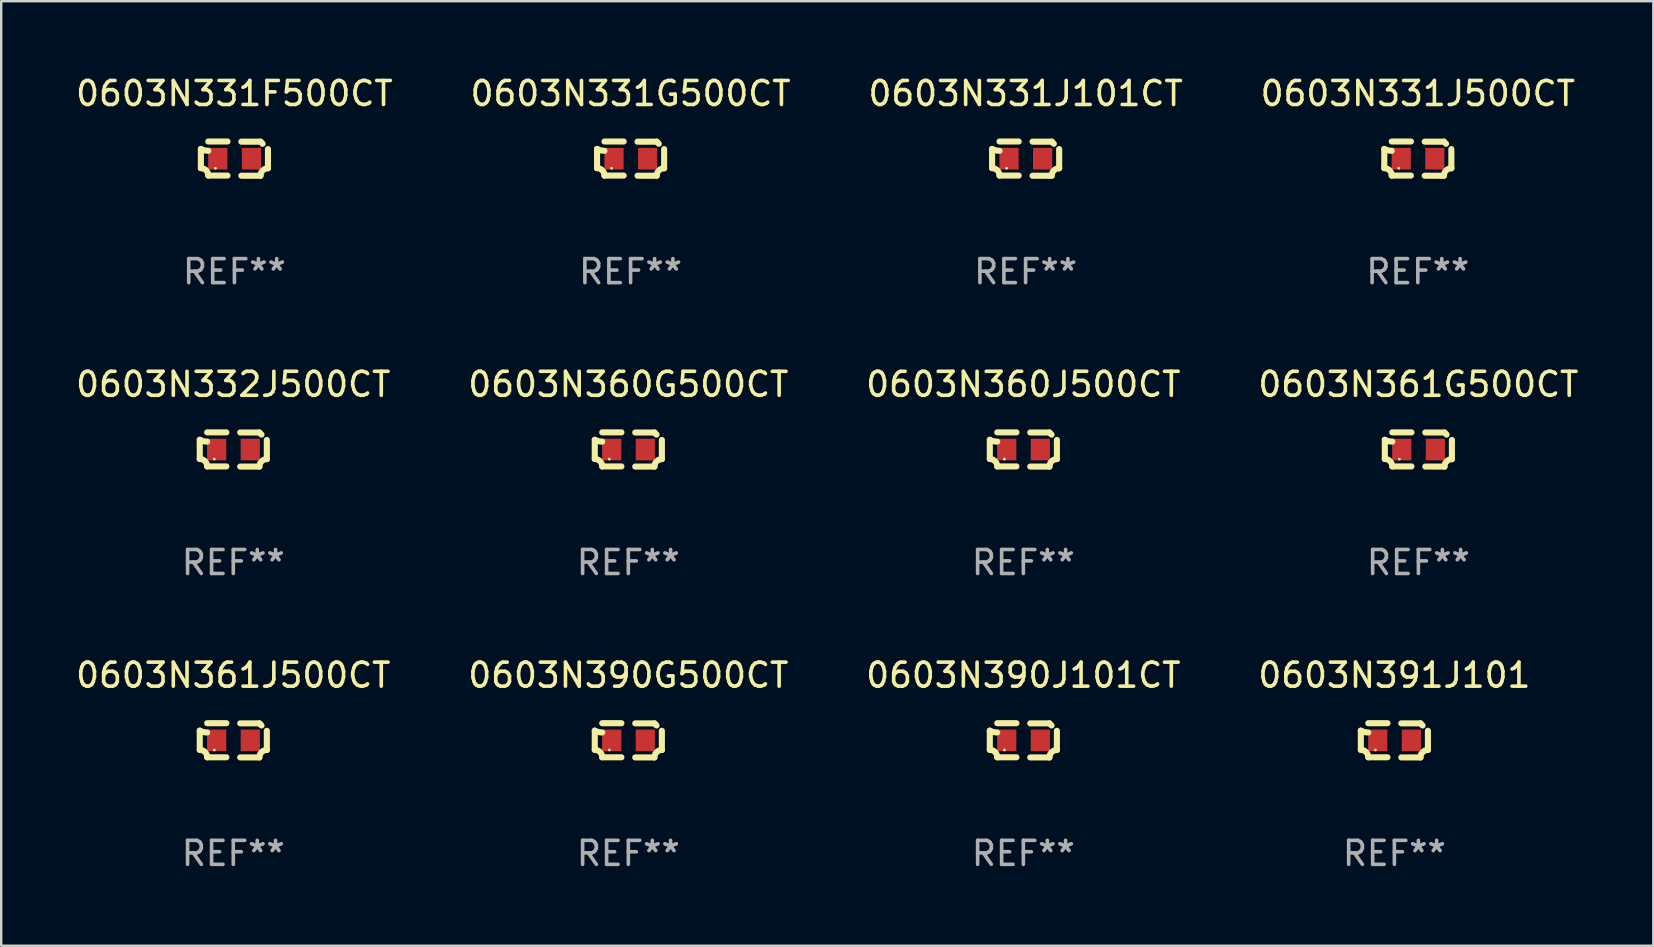
<source format=kicad_pcb>
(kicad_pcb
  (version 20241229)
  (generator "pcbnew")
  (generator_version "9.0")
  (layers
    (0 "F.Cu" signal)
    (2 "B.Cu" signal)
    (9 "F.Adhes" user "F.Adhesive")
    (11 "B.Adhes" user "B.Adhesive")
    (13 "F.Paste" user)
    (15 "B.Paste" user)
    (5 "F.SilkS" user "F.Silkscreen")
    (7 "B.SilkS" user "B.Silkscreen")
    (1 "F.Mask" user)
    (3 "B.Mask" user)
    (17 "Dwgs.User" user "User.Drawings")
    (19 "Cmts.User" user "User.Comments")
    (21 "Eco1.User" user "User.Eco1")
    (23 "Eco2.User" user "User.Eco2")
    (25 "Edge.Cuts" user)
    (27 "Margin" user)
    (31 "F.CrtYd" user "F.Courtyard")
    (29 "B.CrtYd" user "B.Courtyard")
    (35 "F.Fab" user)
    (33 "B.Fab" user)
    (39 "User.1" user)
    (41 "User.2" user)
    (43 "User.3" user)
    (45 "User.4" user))
  (footprint "0603N360G500CT"
    (layer "F.Cu")
    (at 23.137 15.683)
    (property "Reference" "0603N360G500CT" (at 0 -2.713 0) (layer "F.SilkS") (effects (font (size 1 1) (thickness 0.15))))
    (attr through_hole)
    (fp_line (start -1.398 -0.403) (end -1.398 0.397) (stroke (width 0.254) (type solid)) (layer "F.SilkS"))
    (fp_line (start -0.288 -0.713) (end -1.088 -0.713) (stroke (width 0.254) (type solid)) (layer "F.SilkS"))
    (fp_line (start -0.288 0.707) (end -1.088 0.707) (stroke (width 0.254) (type solid)) (layer "F.SilkS"))
    (fp_line (start 0.288 -0.707) (end 1.088 -0.707) (stroke (width 0.254) (type solid)) (layer "F.SilkS"))
    (fp_line (start 0.288 0.713) (end 1.088 0.713) (stroke (width 0.254) (type solid)) (layer "F.SilkS"))
    (fp_line (start 1.398 -0.397) (end 1.398 0.403) (stroke (width 0.254) (type solid)) (layer "F.SilkS"))
    (fp_arc (start -1.397789 0.397066) (mid -1.178701 0.487826) (end -1.08796 0.706922) (stroke (width 0.254001) (type solid)) (layer "F.SilkS"))
    (fp_arc (start -1.08796 -0.327176) (mid -1.247436 -0.346384) (end -1.39779 -0.402908) (stroke (width 0.254001) (type solid)) (layer "F.SilkS"))
    (fp_arc (start 1.087909 0.712738) (mid 1.178656 0.493655) (end 1.397739 0.402908) (stroke (width 0.254001) (type solid)) (layer "F.SilkS"))
    (fp_arc (start 1.175925 -0.618926) (mid 1.131917 -0.662923) (end 1.08791 -0.706922) (stroke (width 0.254001) (type solid)) (layer "F.SilkS"))
    (fp_circle (center -0.792 0.403) (end -0.762 0.403) (stroke (width 0.06) (type solid)) (fill no) (layer "F.SilkS"))
    (fp_text user "REF**" (at 0 4.713 0) (layer "F.Fab") (effects (font (size 1 1) (thickness 0.15))))
    (pad "1" smd rect (at -0.692 0.003) (size 0.8 0.9) (layers "F.Cu" "F.Mask" "F.Paste"))
    (pad "2" smd rect (at 0.708 0.003) (size 0.8 0.9) (layers "F.Cu" "F.Mask" "F.Paste")))
  (footprint "0603N391J101"
    (layer "F.Cu")
    (at 55.065 27.805)
    (property "Reference" "0603N391J101" (at 0 -2.713 0) (layer "F.SilkS") (effects (font (size 1 1) (thickness 0.15))))
    (attr through_hole)
    (fp_line (start -1.398 -0.403) (end -1.398 0.397) (stroke (width 0.254) (type solid)) (layer "F.SilkS"))
    (fp_line (start -0.288 -0.713) (end -1.088 -0.713) (stroke (width 0.254) (type solid)) (layer "F.SilkS"))
    (fp_line (start -0.288 0.707) (end -1.088 0.707) (stroke (width 0.254) (type solid)) (layer "F.SilkS"))
    (fp_line (start 0.288 -0.707) (end 1.088 -0.707) (stroke (width 0.254) (type solid)) (layer "F.SilkS"))
    (fp_line (start 0.288 0.713) (end 1.088 0.713) (stroke (width 0.254) (type solid)) (layer "F.SilkS"))
    (fp_line (start 1.398 -0.397) (end 1.398 0.403) (stroke (width 0.254) (type solid)) (layer "F.SilkS"))
    (fp_arc (start -1.397789 0.397066) (mid -1.178701 0.487826) (end -1.08796 0.706922) (stroke (width 0.254001) (type solid)) (layer "F.SilkS"))
    (fp_arc (start -1.08796 -0.327176) (mid -1.247436 -0.346384) (end -1.39779 -0.402908) (stroke (width 0.254001) (type solid)) (layer "F.SilkS"))
    (fp_arc (start 1.087909 0.712738) (mid 1.178656 0.493655) (end 1.397739 0.402908) (stroke (width 0.254001) (type solid)) (layer "F.SilkS"))
    (fp_arc (start 1.175925 -0.618926) (mid 1.131917 -0.662923) (end 1.08791 -0.706922) (stroke (width 0.254001) (type solid)) (layer "F.SilkS"))
    (fp_circle (center -0.792 0.403) (end -0.762 0.403) (stroke (width 0.06) (type solid)) (fill no) (layer "F.SilkS"))
    (fp_text user "REF**" (at 0 4.713 0) (layer "F.Fab") (effects (font (size 1 1) (thickness 0.15))))
    (pad "1" smd rect (at -0.692 0.003) (size 0.8 0.9) (layers "F.Cu" "F.Mask" "F.Paste"))
    (pad "2" smd rect (at 0.708 0.003) (size 0.8 0.9) (layers "F.Cu" "F.Mask" "F.Paste")))
  (footprint "0603N361J500CT"
    (layer "F.Cu")
    (at 6.673 27.805)
    (property "Reference" "0603N361J500CT" (at 0 -2.713 0) (layer "F.SilkS") (effects (font (size 1 1) (thickness 0.15))))
    (attr through_hole)
    (fp_line (start -1.398 -0.403) (end -1.398 0.397) (stroke (width 0.254) (type solid)) (layer "F.SilkS"))
    (fp_line (start -0.288 -0.713) (end -1.088 -0.713) (stroke (width 0.254) (type solid)) (layer "F.SilkS"))
    (fp_line (start -0.288 0.707) (end -1.088 0.707) (stroke (width 0.254) (type solid)) (layer "F.SilkS"))
    (fp_line (start 0.288 -0.707) (end 1.088 -0.707) (stroke (width 0.254) (type solid)) (layer "F.SilkS"))
    (fp_line (start 0.288 0.713) (end 1.088 0.713) (stroke (width 0.254) (type solid)) (layer "F.SilkS"))
    (fp_line (start 1.398 -0.397) (end 1.398 0.403) (stroke (width 0.254) (type solid)) (layer "F.SilkS"))
    (fp_arc (start -1.397789 0.397066) (mid -1.178701 0.487826) (end -1.08796 0.706922) (stroke (width 0.254001) (type solid)) (layer "F.SilkS"))
    (fp_arc (start -1.08796 -0.327176) (mid -1.247436 -0.346384) (end -1.39779 -0.402908) (stroke (width 0.254001) (type solid)) (layer "F.SilkS"))
    (fp_arc (start 1.087909 0.712738) (mid 1.178656 0.493655) (end 1.397739 0.402908) (stroke (width 0.254001) (type solid)) (layer "F.SilkS"))
    (fp_arc (start 1.175925 -0.618926) (mid 1.131917 -0.662923) (end 1.08791 -0.706922) (stroke (width 0.254001) (type solid)) (layer "F.SilkS"))
    (fp_circle (center -0.792 0.403) (end -0.762 0.403) (stroke (width 0.06) (type solid)) (fill no) (layer "F.SilkS"))
    (fp_text user "REF**" (at 0 4.713 0) (layer "F.Fab") (effects (font (size 1 1) (thickness 0.15))))
    (pad "1" smd rect (at -0.692 0.003) (size 0.8 0.9) (layers "F.Cu" "F.Mask" "F.Paste"))
    (pad "2" smd rect (at 0.708 0.003) (size 0.8 0.9) (layers "F.Cu" "F.Mask" "F.Paste")))
  (footprint "0603N360J500CT"
    (layer "F.Cu")
    (at 39.601 15.683)
    (property "Reference" "0603N360J500CT" (at 0 -2.713 0) (layer "F.SilkS") (effects (font (size 1 1) (thickness 0.15))))
    (attr through_hole)
    (fp_line (start -1.398 -0.403) (end -1.398 0.397) (stroke (width 0.254) (type solid)) (layer "F.SilkS"))
    (fp_line (start -0.288 -0.713) (end -1.088 -0.713) (stroke (width 0.254) (type solid)) (layer "F.SilkS"))
    (fp_line (start -0.288 0.707) (end -1.088 0.707) (stroke (width 0.254) (type solid)) (layer "F.SilkS"))
    (fp_line (start 0.288 -0.707) (end 1.088 -0.707) (stroke (width 0.254) (type solid)) (layer "F.SilkS"))
    (fp_line (start 0.288 0.713) (end 1.088 0.713) (stroke (width 0.254) (type solid)) (layer "F.SilkS"))
    (fp_line (start 1.398 -0.397) (end 1.398 0.403) (stroke (width 0.254) (type solid)) (layer "F.SilkS"))
    (fp_arc (start -1.397789 0.397066) (mid -1.178701 0.487826) (end -1.08796 0.706922) (stroke (width 0.254001) (type solid)) (layer "F.SilkS"))
    (fp_arc (start -1.08796 -0.327176) (mid -1.247436 -0.346384) (end -1.39779 -0.402908) (stroke (width 0.254001) (type solid)) (layer "F.SilkS"))
    (fp_arc (start 1.087909 0.712738) (mid 1.178656 0.493655) (end 1.397739 0.402908) (stroke (width 0.254001) (type solid)) (layer "F.SilkS"))
    (fp_arc (start 1.175925 -0.618926) (mid 1.131917 -0.662923) (end 1.08791 -0.706922) (stroke (width 0.254001) (type solid)) (layer "F.SilkS"))
    (fp_circle (center -0.792 0.403) (end -0.762 0.403) (stroke (width 0.06) (type solid)) (fill no) (layer "F.SilkS"))
    (fp_text user "REF**" (at 0 4.713 0) (layer "F.Fab") (effects (font (size 1 1) (thickness 0.15))))
    (pad "1" smd rect (at -0.692 0.003) (size 0.8 0.9) (layers "F.Cu" "F.Mask" "F.Paste"))
    (pad "2" smd rect (at 0.708 0.003) (size 0.8 0.9) (layers "F.Cu" "F.Mask" "F.Paste")))
  (footprint "0603N331J500CT"
    (layer "F.Cu")
    (at 56.042 3.561)
    (property "Reference" "0603N331J500CT" (at 0 -2.713 0) (layer "F.SilkS") (effects (font (size 1 1) (thickness 0.15))))
    (attr through_hole)
    (fp_line (start -1.398 -0.403) (end -1.398 0.397) (stroke (width 0.254) (type solid)) (layer "F.SilkS"))
    (fp_line (start -0.288 -0.713) (end -1.088 -0.713) (stroke (width 0.254) (type solid)) (layer "F.SilkS"))
    (fp_line (start -0.288 0.707) (end -1.088 0.707) (stroke (width 0.254) (type solid)) (layer "F.SilkS"))
    (fp_line (start 0.288 -0.707) (end 1.088 -0.707) (stroke (width 0.254) (type solid)) (layer "F.SilkS"))
    (fp_line (start 0.288 0.713) (end 1.088 0.713) (stroke (width 0.254) (type solid)) (layer "F.SilkS"))
    (fp_line (start 1.398 -0.397) (end 1.398 0.403) (stroke (width 0.254) (type solid)) (layer "F.SilkS"))
    (fp_arc (start -1.397789 0.397066) (mid -1.178701 0.487826) (end -1.08796 0.706922) (stroke (width 0.254001) (type solid)) (layer "F.SilkS"))
    (fp_arc (start -1.08796 -0.327176) (mid -1.247436 -0.346384) (end -1.39779 -0.402908) (stroke (width 0.254001) (type solid)) (layer "F.SilkS"))
    (fp_arc (start 1.087909 0.712738) (mid 1.178656 0.493655) (end 1.397739 0.402908) (stroke (width 0.254001) (type solid)) (layer "F.SilkS"))
    (fp_arc (start 1.175925 -0.618926) (mid 1.131917 -0.662923) (end 1.08791 -0.706922) (stroke (width 0.254001) (type solid)) (layer "F.SilkS"))
    (fp_circle (center -0.792 0.403) (end -0.762 0.403) (stroke (width 0.06) (type solid)) (fill no) (layer "F.SilkS"))
    (fp_text user "REF**" (at 0 4.713 0) (layer "F.Fab") (effects (font (size 1 1) (thickness 0.15))))
    (pad "1" smd rect (at -0.692 0.003) (size 0.8 0.9) (layers "F.Cu" "F.Mask" "F.Paste"))
    (pad "2" smd rect (at 0.708 0.003) (size 0.8 0.9) (layers "F.Cu" "F.Mask" "F.Paste")))
  (footprint "0603N331F500CT"
    (layer "F.Cu")
    (at 6.72 3.561)
    (property "Reference" "0603N331F500CT" (at 0 -2.713 0) (layer "F.SilkS") (effects (font (size 1 1) (thickness 0.15))))
    (attr through_hole)
    (fp_line (start -1.398 -0.403) (end -1.398 0.397) (stroke (width 0.254) (type solid)) (layer "F.SilkS"))
    (fp_line (start -0.288 -0.713) (end -1.088 -0.713) (stroke (width 0.254) (type solid)) (layer "F.SilkS"))
    (fp_line (start -0.288 0.707) (end -1.088 0.707) (stroke (width 0.254) (type solid)) (layer "F.SilkS"))
    (fp_line (start 0.288 -0.707) (end 1.088 -0.707) (stroke (width 0.254) (type solid)) (layer "F.SilkS"))
    (fp_line (start 0.288 0.713) (end 1.088 0.713) (stroke (width 0.254) (type solid)) (layer "F.SilkS"))
    (fp_line (start 1.398 -0.397) (end 1.398 0.403) (stroke (width 0.254) (type solid)) (layer "F.SilkS"))
    (fp_arc (start -1.397789 0.397066) (mid -1.178701 0.487826) (end -1.08796 0.706922) (stroke (width 0.254001) (type solid)) (layer "F.SilkS"))
    (fp_arc (start -1.08796 -0.327176) (mid -1.247436 -0.346384) (end -1.39779 -0.402908) (stroke (width 0.254001) (type solid)) (layer "F.SilkS"))
    (fp_arc (start 1.087909 0.712738) (mid 1.178656 0.493655) (end 1.397739 0.402908) (stroke (width 0.254001) (type solid)) (layer "F.SilkS"))
    (fp_arc (start 1.175925 -0.618926) (mid 1.131917 -0.662923) (end 1.08791 -0.706922) (stroke (width 0.254001) (type solid)) (layer "F.SilkS"))
    (fp_circle (center -0.792 0.403) (end -0.762 0.403) (stroke (width 0.06) (type solid)) (fill no) (layer "F.SilkS"))
    (fp_text user "REF**" (at 0 4.713 0) (layer "F.Fab") (effects (font (size 1 1) (thickness 0.15))))
    (pad "1" smd rect (at -0.692 0.003) (size 0.8 0.9) (layers "F.Cu" "F.Mask" "F.Paste"))
    (pad "2" smd rect (at 0.708 0.003) (size 0.8 0.9) (layers "F.Cu" "F.Mask" "F.Paste")))
  (footprint "0603N390J101CT"
    (layer "F.Cu")
    (at 39.601 27.805)
    (property "Reference" "0603N390J101CT" (at 0 -2.713 0) (layer "F.SilkS") (effects (font (size 1 1) (thickness 0.15))))
    (attr through_hole)
    (fp_line (start -1.398 -0.403) (end -1.398 0.397) (stroke (width 0.254) (type solid)) (layer "F.SilkS"))
    (fp_line (start -0.288 -0.713) (end -1.088 -0.713) (stroke (width 0.254) (type solid)) (layer "F.SilkS"))
    (fp_line (start -0.288 0.707) (end -1.088 0.707) (stroke (width 0.254) (type solid)) (layer "F.SilkS"))
    (fp_line (start 0.288 -0.707) (end 1.088 -0.707) (stroke (width 0.254) (type solid)) (layer "F.SilkS"))
    (fp_line (start 0.288 0.713) (end 1.088 0.713) (stroke (width 0.254) (type solid)) (layer "F.SilkS"))
    (fp_line (start 1.398 -0.397) (end 1.398 0.403) (stroke (width 0.254) (type solid)) (layer "F.SilkS"))
    (fp_arc (start -1.397789 0.397066) (mid -1.178701 0.487826) (end -1.08796 0.706922) (stroke (width 0.254001) (type solid)) (layer "F.SilkS"))
    (fp_arc (start -1.08796 -0.327176) (mid -1.247436 -0.346384) (end -1.39779 -0.402908) (stroke (width 0.254001) (type solid)) (layer "F.SilkS"))
    (fp_arc (start 1.087909 0.712738) (mid 1.178656 0.493655) (end 1.397739 0.402908) (stroke (width 0.254001) (type solid)) (layer "F.SilkS"))
    (fp_arc (start 1.175925 -0.618926) (mid 1.131917 -0.662923) (end 1.08791 -0.706922) (stroke (width 0.254001) (type solid)) (layer "F.SilkS"))
    (fp_circle (center -0.792 0.403) (end -0.762 0.403) (stroke (width 0.06) (type solid)) (fill no) (layer "F.SilkS"))
    (fp_text user "REF**" (at 0 4.713 0) (layer "F.Fab") (effects (font (size 1 1) (thickness 0.15))))
    (pad "1" smd rect (at -0.692 0.003) (size 0.8 0.9) (layers "F.Cu" "F.Mask" "F.Paste"))
    (pad "2" smd rect (at 0.708 0.003) (size 0.8 0.9) (layers "F.Cu" "F.Mask" "F.Paste")))
  (footprint "0603N361G500CT"
    (layer "F.Cu")
    (at 56.065 15.683)
    (property "Reference" "0603N361G500CT" (at 0 -2.713 0) (layer "F.SilkS") (effects (font (size 1 1) (thickness 0.15))))
    (attr through_hole)
    (fp_line (start -1.398 -0.403) (end -1.398 0.397) (stroke (width 0.254) (type solid)) (layer "F.SilkS"))
    (fp_line (start -0.288 -0.713) (end -1.088 -0.713) (stroke (width 0.254) (type solid)) (layer "F.SilkS"))
    (fp_line (start -0.288 0.707) (end -1.088 0.707) (stroke (width 0.254) (type solid)) (layer "F.SilkS"))
    (fp_line (start 0.288 -0.707) (end 1.088 -0.707) (stroke (width 0.254) (type solid)) (layer "F.SilkS"))
    (fp_line (start 0.288 0.713) (end 1.088 0.713) (stroke (width 0.254) (type solid)) (layer "F.SilkS"))
    (fp_line (start 1.398 -0.397) (end 1.398 0.403) (stroke (width 0.254) (type solid)) (layer "F.SilkS"))
    (fp_arc (start -1.397789 0.397066) (mid -1.178701 0.487826) (end -1.08796 0.706922) (stroke (width 0.254001) (type solid)) (layer "F.SilkS"))
    (fp_arc (start -1.08796 -0.327176) (mid -1.247436 -0.346384) (end -1.39779 -0.402908) (stroke (width 0.254001) (type solid)) (layer "F.SilkS"))
    (fp_arc (start 1.087909 0.712738) (mid 1.178656 0.493655) (end 1.397739 0.402908) (stroke (width 0.254001) (type solid)) (layer "F.SilkS"))
    (fp_arc (start 1.175925 -0.618926) (mid 1.131917 -0.662923) (end 1.08791 -0.706922) (stroke (width 0.254001) (type solid)) (layer "F.SilkS"))
    (fp_circle (center -0.792 0.403) (end -0.762 0.403) (stroke (width 0.06) (type solid)) (fill no) (layer "F.SilkS"))
    (fp_text user "REF**" (at 0 4.713 0) (layer "F.Fab") (effects (font (size 1 1) (thickness 0.15))))
    (pad "1" smd rect (at -0.692 0.003) (size 0.8 0.9) (layers "F.Cu" "F.Mask" "F.Paste"))
    (pad "2" smd rect (at 0.708 0.003) (size 0.8 0.9) (layers "F.Cu" "F.Mask" "F.Paste")))
  (footprint "0603N390G500CT"
    (layer "F.Cu")
    (at 23.137 27.805)
    (property "Reference" "0603N390G500CT" (at 0 -2.713 0) (layer "F.SilkS") (effects (font (size 1 1) (thickness 0.15))))
    (attr through_hole)
    (fp_line (start -1.398 -0.403) (end -1.398 0.397) (stroke (width 0.254) (type solid)) (layer "F.SilkS"))
    (fp_line (start -0.288 -0.713) (end -1.088 -0.713) (stroke (width 0.254) (type solid)) (layer "F.SilkS"))
    (fp_line (start -0.288 0.707) (end -1.088 0.707) (stroke (width 0.254) (type solid)) (layer "F.SilkS"))
    (fp_line (start 0.288 -0.707) (end 1.088 -0.707) (stroke (width 0.254) (type solid)) (layer "F.SilkS"))
    (fp_line (start 0.288 0.713) (end 1.088 0.713) (stroke (width 0.254) (type solid)) (layer "F.SilkS"))
    (fp_line (start 1.398 -0.397) (end 1.398 0.403) (stroke (width 0.254) (type solid)) (layer "F.SilkS"))
    (fp_arc (start -1.397789 0.397066) (mid -1.178701 0.487826) (end -1.08796 0.706922) (stroke (width 0.254001) (type solid)) (layer "F.SilkS"))
    (fp_arc (start -1.08796 -0.327176) (mid -1.247436 -0.346384) (end -1.39779 -0.402908) (stroke (width 0.254001) (type solid)) (layer "F.SilkS"))
    (fp_arc (start 1.087909 0.712738) (mid 1.178656 0.493655) (end 1.397739 0.402908) (stroke (width 0.254001) (type solid)) (layer "F.SilkS"))
    (fp_arc (start 1.175925 -0.618926) (mid 1.131917 -0.662923) (end 1.08791 -0.706922) (stroke (width 0.254001) (type solid)) (layer "F.SilkS"))
    (fp_circle (center -0.792 0.403) (end -0.762 0.403) (stroke (width 0.06) (type solid)) (fill no) (layer "F.SilkS"))
    (fp_text user "REF**" (at 0 4.713 0) (layer "F.Fab") (effects (font (size 1 1) (thickness 0.15))))
    (pad "1" smd rect (at -0.692 0.003) (size 0.8 0.9) (layers "F.Cu" "F.Mask" "F.Paste"))
    (pad "2" smd rect (at 0.708 0.003) (size 0.8 0.9) (layers "F.Cu" "F.Mask" "F.Paste")))
  (footprint "0603N331G500CT"
    (layer "F.Cu")
    (at 23.232 3.561)
    (property "Reference" "0603N331G500CT" (at 0 -2.713 0) (layer "F.SilkS") (effects (font (size 1 1) (thickness 0.15))))
    (attr through_hole)
    (fp_line (start -1.398 -0.403) (end -1.398 0.397) (stroke (width 0.254) (type solid)) (layer "F.SilkS"))
    (fp_line (start -0.288 -0.713) (end -1.088 -0.713) (stroke (width 0.254) (type solid)) (layer "F.SilkS"))
    (fp_line (start -0.288 0.707) (end -1.088 0.707) (stroke (width 0.254) (type solid)) (layer "F.SilkS"))
    (fp_line (start 0.288 -0.707) (end 1.088 -0.707) (stroke (width 0.254) (type solid)) (layer "F.SilkS"))
    (fp_line (start 0.288 0.713) (end 1.088 0.713) (stroke (width 0.254) (type solid)) (layer "F.SilkS"))
    (fp_line (start 1.398 -0.397) (end 1.398 0.403) (stroke (width 0.254) (type solid)) (layer "F.SilkS"))
    (fp_arc (start -1.397789 0.397066) (mid -1.178701 0.487826) (end -1.08796 0.706922) (stroke (width 0.254001) (type solid)) (layer "F.SilkS"))
    (fp_arc (start -1.08796 -0.327176) (mid -1.247436 -0.346384) (end -1.39779 -0.402908) (stroke (width 0.254001) (type solid)) (layer "F.SilkS"))
    (fp_arc (start 1.087909 0.712738) (mid 1.178656 0.493655) (end 1.397739 0.402908) (stroke (width 0.254001) (type solid)) (layer "F.SilkS"))
    (fp_arc (start 1.175925 -0.618926) (mid 1.131917 -0.662923) (end 1.08791 -0.706922) (stroke (width 0.254001) (type solid)) (layer "F.SilkS"))
    (fp_circle (center -0.792 0.403) (end -0.762 0.403) (stroke (width 0.06) (type solid)) (fill no) (layer "F.SilkS"))
    (fp_text user "REF**" (at 0 4.713 0) (layer "F.Fab") (effects (font (size 1 1) (thickness 0.15))))
    (pad "1" smd rect (at -0.692 0.003) (size 0.8 0.9) (layers "F.Cu" "F.Mask" "F.Paste"))
    (pad "2" smd rect (at 0.708 0.003) (size 0.8 0.9) (layers "F.Cu" "F.Mask" "F.Paste")))
  (footprint "0603N332J500CT"
    (layer "F.Cu")
    (at 6.673 15.683)
    (property "Reference" "0603N332J500CT" (at 0 -2.713 0) (layer "F.SilkS") (effects (font (size 1 1) (thickness 0.15))))
    (attr through_hole)
    (fp_line (start -1.398 -0.403) (end -1.398 0.397) (stroke (width 0.254) (type solid)) (layer "F.SilkS"))
    (fp_line (start -0.288 -0.713) (end -1.088 -0.713) (stroke (width 0.254) (type solid)) (layer "F.SilkS"))
    (fp_line (start -0.288 0.707) (end -1.088 0.707) (stroke (width 0.254) (type solid)) (layer "F.SilkS"))
    (fp_line (start 0.288 -0.707) (end 1.088 -0.707) (stroke (width 0.254) (type solid)) (layer "F.SilkS"))
    (fp_line (start 0.288 0.713) (end 1.088 0.713) (stroke (width 0.254) (type solid)) (layer "F.SilkS"))
    (fp_line (start 1.398 -0.397) (end 1.398 0.403) (stroke (width 0.254) (type solid)) (layer "F.SilkS"))
    (fp_arc (start -1.397789 0.397066) (mid -1.178701 0.487826) (end -1.08796 0.706922) (stroke (width 0.254001) (type solid)) (layer "F.SilkS"))
    (fp_arc (start -1.08796 -0.327176) (mid -1.247436 -0.346384) (end -1.39779 -0.402908) (stroke (width 0.254001) (type solid)) (layer "F.SilkS"))
    (fp_arc (start 1.087909 0.712738) (mid 1.178656 0.493655) (end 1.397739 0.402908) (stroke (width 0.254001) (type solid)) (layer "F.SilkS"))
    (fp_arc (start 1.175925 -0.618926) (mid 1.131917 -0.662923) (end 1.08791 -0.706922) (stroke (width 0.254001) (type solid)) (layer "F.SilkS"))
    (fp_circle (center -0.792 0.403) (end -0.762 0.403) (stroke (width 0.06) (type solid)) (fill no) (layer "F.SilkS"))
    (fp_text user "REF**" (at 0 4.713 0) (layer "F.Fab") (effects (font (size 1 1) (thickness 0.15))))
    (pad "1" smd rect (at -0.692 0.003) (size 0.8 0.9) (layers "F.Cu" "F.Mask" "F.Paste"))
    (pad "2" smd rect (at 0.708 0.003) (size 0.8 0.9) (layers "F.Cu" "F.Mask" "F.Paste")))
  (footprint "0603N331J101CT"
    (layer "F.Cu")
    (at 39.696 3.561)
    (property "Reference" "0603N331J101CT" (at 0 -2.713 0) (layer "F.SilkS") (effects (font (size 1 1) (thickness 0.15))))
    (attr through_hole)
    (fp_line (start -1.398 -0.403) (end -1.398 0.397) (stroke (width 0.254) (type solid)) (layer "F.SilkS"))
    (fp_line (start -0.288 -0.713) (end -1.088 -0.713) (stroke (width 0.254) (type solid)) (layer "F.SilkS"))
    (fp_line (start -0.288 0.707) (end -1.088 0.707) (stroke (width 0.254) (type solid)) (layer "F.SilkS"))
    (fp_line (start 0.288 -0.707) (end 1.088 -0.707) (stroke (width 0.254) (type solid)) (layer "F.SilkS"))
    (fp_line (start 0.288 0.713) (end 1.088 0.713) (stroke (width 0.254) (type solid)) (layer "F.SilkS"))
    (fp_line (start 1.398 -0.397) (end 1.398 0.403) (stroke (width 0.254) (type solid)) (layer "F.SilkS"))
    (fp_arc (start -1.397789 0.397066) (mid -1.178701 0.487826) (end -1.08796 0.706922) (stroke (width 0.254001) (type solid)) (layer "F.SilkS"))
    (fp_arc (start -1.08796 -0.327176) (mid -1.247436 -0.346384) (end -1.39779 -0.402908) (stroke (width 0.254001) (type solid)) (layer "F.SilkS"))
    (fp_arc (start 1.087909 0.712738) (mid 1.178656 0.493655) (end 1.397739 0.402908) (stroke (width 0.254001) (type solid)) (layer "F.SilkS"))
    (fp_arc (start 1.175925 -0.618926) (mid 1.131917 -0.662923) (end 1.08791 -0.706922) (stroke (width 0.254001) (type solid)) (layer "F.SilkS"))
    (fp_circle (center -0.792 0.403) (end -0.762 0.403) (stroke (width 0.06) (type solid)) (fill no) (layer "F.SilkS"))
    (fp_text user "REF**" (at 0 4.713 0) (layer "F.Fab") (effects (font (size 1 1) (thickness 0.15))))
    (pad "1" smd rect (at -0.692 0.003) (size 0.8 0.9) (layers "F.Cu" "F.Mask" "F.Paste"))
    (pad "2" smd rect (at 0.708 0.003) (size 0.8 0.9) (layers "F.Cu" "F.Mask" "F.Paste")))
  (gr_rect
    (start -3 -3)
    (end 65.857 36.366)
    (stroke (width 0.1) (type default))
    (fill no)
    (layer "Edge.Cuts")))
</source>
